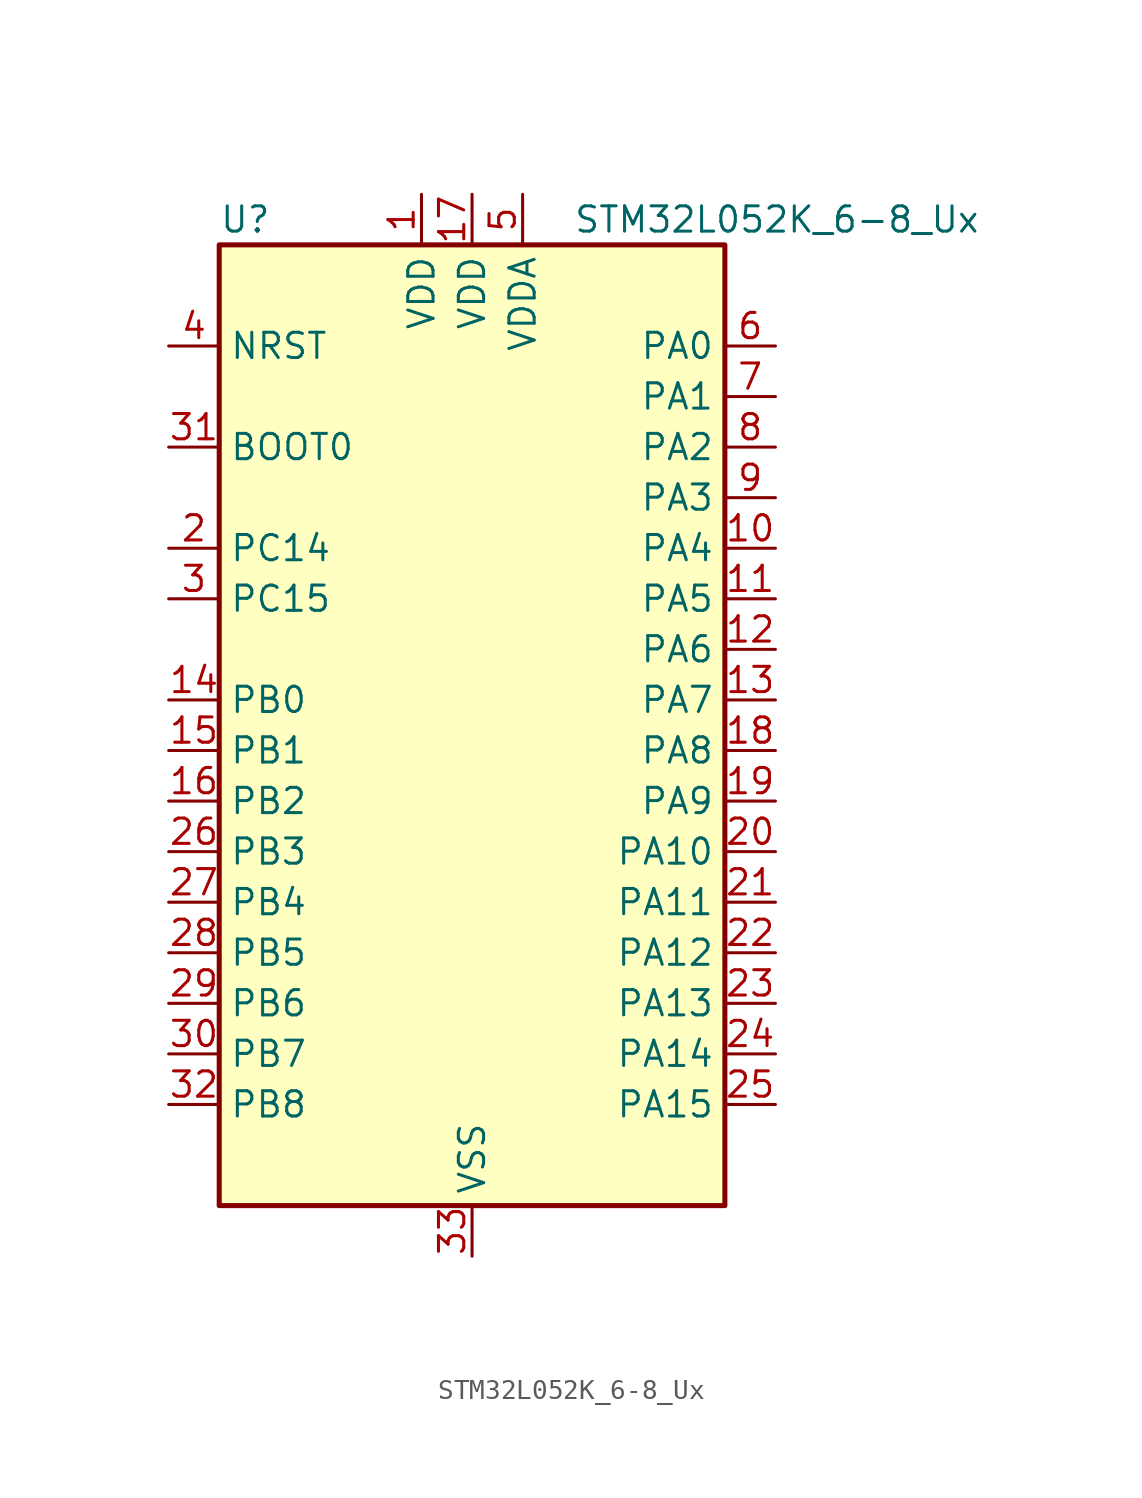
<source format=kicad_sym>
(kicad_symbol_lib
  (version 20241209)
  (generator "kicad_symbol_editor")
  (generator_version "9.0")
  (symbol "STM32L052K_6-8_Ux"
    (property "Reference" "U"
      (at -12.7 26.67 0)
      (effects (font (size 1.27 1.27)) (justify left)))
    (property "Value" "STM32L052K_6-8_Ux"
      (at 5.08 26.67 0)
      (effects (font (size 1.27 1.27)) (justify left)))
    (symbol "STM32L052K_6-8_Ux_0_1"
      (rectangle (start -12.7 -22.86) (end 12.7 25.4) (stroke (width 0.254) (type default)) (fill (type background))))
    (symbol "STM32L052K_6-8_Ux_1_1"
      (pin input line (at -15.24 20.32 0) (length 2.54) (name "NRST" (effects (font (size 1.27 1.27)))) (number "4" (effects (font (size 1.27 1.27)))))
      (pin input line (at -15.24 15.24 0) (length 2.54) (name "BOOT0" (effects (font (size 1.27 1.27)))) (number "31" (effects (font (size 1.27 1.27)))))
      (pin bidirectional line (at -15.24 10.16 0) (length 2.54) (name "PC14" (effects (font (size 1.27 1.27)))) (number "2" (effects (font (size 1.27 1.27)))) (alternate "RCC_OSC32_IN" bidirectional line))
      (pin bidirectional line (at -15.24 7.62 0) (length 2.54) (name "PC15" (effects (font (size 1.27 1.27)))) (number "3" (effects (font (size 1.27 1.27)))) (alternate "RCC_OSC32_OUT" bidirectional line))
      (pin bidirectional line (at -15.24 2.54 0) (length 2.54) (name "PB0" (effects (font (size 1.27 1.27)))) (number "14" (effects (font (size 1.27 1.27)))) (alternate "ADC_IN8" bidirectional line) (alternate "SYS_VREF_OUT_PB0" bidirectional line) (alternate "TSC_G3_IO2" bidirectional line))
      (pin bidirectional line (at -15.24 0 0) (length 2.54) (name "PB1" (effects (font (size 1.27 1.27)))) (number "15" (effects (font (size 1.27 1.27)))) (alternate "ADC_IN9" bidirectional line) (alternate "SYS_VREF_OUT_PB1" bidirectional line) (alternate "TSC_G3_IO3" bidirectional line))
      (pin bidirectional line (at -15.24 -2.54 0) (length 2.54) (name "PB2" (effects (font (size 1.27 1.27)))) (number "16" (effects (font (size 1.27 1.27)))) (alternate "LPTIM1_OUT" bidirectional line) (alternate "TSC_G3_IO4" bidirectional line))
      (pin bidirectional line (at -15.24 -5.08 0) (length 2.54) (name "PB3" (effects (font (size 1.27 1.27)))) (number "26" (effects (font (size 1.27 1.27)))) (alternate "COMP2_INM" bidirectional line) (alternate "SPI1_SCK" bidirectional line) (alternate "TIM2_CH2" bidirectional line) (alternate "TSC_G5_IO1" bidirectional line))
      (pin bidirectional line (at -15.24 -7.62 0) (length 2.54) (name "PB4" (effects (font (size 1.27 1.27)))) (number "27" (effects (font (size 1.27 1.27)))) (alternate "COMP2_INP" bidirectional line) (alternate "SPI1_MISO" bidirectional line) (alternate "TIM22_CH1" bidirectional line) (alternate "TSC_G5_IO2" bidirectional line))
      (pin bidirectional line (at -15.24 -10.16 0) (length 2.54) (name "PB5" (effects (font (size 1.27 1.27)))) (number "28" (effects (font (size 1.27 1.27)))) (alternate "COMP2_INP" bidirectional line) (alternate "I2C1_SMBA" bidirectional line) (alternate "LPTIM1_IN1" bidirectional line) (alternate "SPI1_MOSI" bidirectional line) (alternate "TIM22_CH2" bidirectional line))
      (pin bidirectional line (at -15.24 -12.7 0) (length 2.54) (name "PB6" (effects (font (size 1.27 1.27)))) (number "29" (effects (font (size 1.27 1.27)))) (alternate "COMP2_INP" bidirectional line) (alternate "I2C1_SCL" bidirectional line) (alternate "LPTIM1_ETR" bidirectional line) (alternate "TSC_G5_IO3" bidirectional line) (alternate "USART1_TX" bidirectional line))
      (pin bidirectional line (at -15.24 -15.24 0) (length 2.54) (name "PB7" (effects (font (size 1.27 1.27)))) (number "30" (effects (font (size 1.27 1.27)))) (alternate "COMP2_INP" bidirectional line) (alternate "I2C1_SDA" bidirectional line) (alternate "LPTIM1_IN2" bidirectional line) (alternate "SYS_PVD_IN" bidirectional line) (alternate "TSC_G5_IO4" bidirectional line) (alternate "USART1_RX" bidirectional line))
      (pin bidirectional line (at -15.24 -17.78 0) (length 2.54) (name "PB8" (effects (font (size 1.27 1.27)))) (number "32" (effects (font (size 1.27 1.27)))) (alternate "I2C1_SCL" bidirectional line) (alternate "TSC_SYNC" bidirectional line))
      (pin power_in line (at -2.54 27.94 270) (length 2.54) (name "VDD" (effects (font (size 1.27 1.27)))) (number "1" (effects (font (size 1.27 1.27)))))
      (pin power_in line (at 0 27.94 270) (length 2.54) (name "VDD" (effects (font (size 1.27 1.27)))) (number "17" (effects (font (size 1.27 1.27)))))
      (pin power_in line (at 0 -25.4 90) (length 2.54) (name "VSS" (effects (font (size 1.27 1.27)))) (number "33" (effects (font (size 1.27 1.27)))))
      (pin power_in line (at 2.54 27.94 270) (length 2.54) (name "VDDA" (effects (font (size 1.27 1.27)))) (number "5" (effects (font (size 1.27 1.27)))))
      (pin bidirectional line (at 15.24 20.32 180) (length 2.54) (name "PA0" (effects (font (size 1.27 1.27)))) (number "6" (effects (font (size 1.27 1.27)))) (alternate "ADC_IN0" bidirectional line) (alternate "COMP1_INM" bidirectional line) (alternate "COMP1_OUT" bidirectional line) (alternate "RTC_TAMP2" bidirectional line) (alternate "SYS_WKUP1" bidirectional line) (alternate "TIM2_CH1" bidirectional line) (alternate "TIM2_ETR" bidirectional line) (alternate "TSC_G1_IO1" bidirectional line) (alternate "USART2_CTS" bidirectional line))
      (pin bidirectional line (at 15.24 17.78 180) (length 2.54) (name "PA1" (effects (font (size 1.27 1.27)))) (number "7" (effects (font (size 1.27 1.27)))) (alternate "ADC_IN1" bidirectional line) (alternate "COMP1_INP" bidirectional line) (alternate "TIM21_ETR" bidirectional line) (alternate "TIM2_CH2" bidirectional line) (alternate "TSC_G1_IO2" bidirectional line) (alternate "USART2_DE" bidirectional line) (alternate "USART2_RTS" bidirectional line))
      (pin bidirectional line (at 15.24 15.24 180) (length 2.54) (name "PA2" (effects (font (size 1.27 1.27)))) (number "8" (effects (font (size 1.27 1.27)))) (alternate "ADC_IN2" bidirectional line) (alternate "COMP2_INM" bidirectional line) (alternate "COMP2_OUT" bidirectional line) (alternate "TIM21_CH1" bidirectional line) (alternate "TIM2_CH3" bidirectional line) (alternate "TSC_G1_IO3" bidirectional line) (alternate "USART2_TX" bidirectional line))
      (pin bidirectional line (at 15.24 12.7 180) (length 2.54) (name "PA3" (effects (font (size 1.27 1.27)))) (number "9" (effects (font (size 1.27 1.27)))) (alternate "ADC_IN3" bidirectional line) (alternate "COMP2_INP" bidirectional line) (alternate "TIM21_CH2" bidirectional line) (alternate "TIM2_CH4" bidirectional line) (alternate "TSC_G1_IO4" bidirectional line) (alternate "USART2_RX" bidirectional line))
      (pin bidirectional line (at 15.24 10.16 180) (length 2.54) (name "PA4" (effects (font (size 1.27 1.27)))) (number "10" (effects (font (size 1.27 1.27)))) (alternate "ADC_IN4" bidirectional line) (alternate "COMP1_INM" bidirectional line) (alternate "COMP2_INM" bidirectional line) (alternate "DAC_OUT1" bidirectional line) (alternate "SPI1_NSS" bidirectional line) (alternate "TIM22_ETR" bidirectional line) (alternate "TSC_G2_IO1" bidirectional line) (alternate "USART2_CK" bidirectional line))
      (pin bidirectional line (at 15.24 7.62 180) (length 2.54) (name "PA5" (effects (font (size 1.27 1.27)))) (number "11" (effects (font (size 1.27 1.27)))) (alternate "ADC_IN5" bidirectional line) (alternate "COMP1_INM" bidirectional line) (alternate "COMP2_INM" bidirectional line) (alternate "SPI1_SCK" bidirectional line) (alternate "TIM2_CH1" bidirectional line) (alternate "TIM2_ETR" bidirectional line) (alternate "TSC_G2_IO2" bidirectional line))
      (pin bidirectional line (at 15.24 5.08 180) (length 2.54) (name "PA6" (effects (font (size 1.27 1.27)))) (number "12" (effects (font (size 1.27 1.27)))) (alternate "ADC_IN6" bidirectional line) (alternate "COMP1_OUT" bidirectional line) (alternate "SPI1_MISO" bidirectional line) (alternate "TIM22_CH1" bidirectional line) (alternate "TSC_G2_IO3" bidirectional line))
      (pin bidirectional line (at 15.24 2.54 180) (length 2.54) (name "PA7" (effects (font (size 1.27 1.27)))) (number "13" (effects (font (size 1.27 1.27)))) (alternate "ADC_IN7" bidirectional line) (alternate "COMP2_OUT" bidirectional line) (alternate "SPI1_MOSI" bidirectional line) (alternate "TIM22_CH2" bidirectional line) (alternate "TSC_G2_IO4" bidirectional line))
      (pin bidirectional line (at 15.24 0 180) (length 2.54) (name "PA8" (effects (font (size 1.27 1.27)))) (number "18" (effects (font (size 1.27 1.27)))) (alternate "CRS_SYNC" bidirectional line) (alternate "RCC_MCO" bidirectional line) (alternate "USART1_CK" bidirectional line))
      (pin bidirectional line (at 15.24 -2.54 180) (length 2.54) (name "PA9" (effects (font (size 1.27 1.27)))) (number "19" (effects (font (size 1.27 1.27)))) (alternate "DAC_EXTI9" bidirectional line) (alternate "RCC_MCO" bidirectional line) (alternate "TSC_G4_IO1" bidirectional line) (alternate "USART1_TX" bidirectional line))
      (pin bidirectional line (at 15.24 -5.08 180) (length 2.54) (name "PA10" (effects (font (size 1.27 1.27)))) (number "20" (effects (font (size 1.27 1.27)))) (alternate "TSC_G4_IO2" bidirectional line) (alternate "USART1_RX" bidirectional line))
      (pin bidirectional line (at 15.24 -7.62 180) (length 2.54) (name "PA11" (effects (font (size 1.27 1.27)))) (number "21" (effects (font (size 1.27 1.27)))) (alternate "ADC_EXTI11" bidirectional line) (alternate "COMP1_OUT" bidirectional line) (alternate "SPI1_MISO" bidirectional line) (alternate "TSC_G4_IO3" bidirectional line) (alternate "USART1_CTS" bidirectional line) (alternate "USB_DM" bidirectional line))
      (pin bidirectional line (at 15.24 -10.16 180) (length 2.54) (name "PA12" (effects (font (size 1.27 1.27)))) (number "22" (effects (font (size 1.27 1.27)))) (alternate "COMP2_OUT" bidirectional line) (alternate "SPI1_MOSI" bidirectional line) (alternate "TSC_G4_IO4" bidirectional line) (alternate "USART1_DE" bidirectional line) (alternate "USART1_RTS" bidirectional line) (alternate "USB_DP" bidirectional line))
      (pin bidirectional line (at 15.24 -12.7 180) (length 2.54) (name "PA13" (effects (font (size 1.27 1.27)))) (number "23" (effects (font (size 1.27 1.27)))) (alternate "SYS_SWDIO" bidirectional line) (alternate "USB_NOE" bidirectional line))
      (pin bidirectional line (at 15.24 -15.24 180) (length 2.54) (name "PA14" (effects (font (size 1.27 1.27)))) (number "24" (effects (font (size 1.27 1.27)))) (alternate "SYS_SWCLK" bidirectional line) (alternate "USART2_TX" bidirectional line))
      (pin bidirectional line (at 15.24 -17.78 180) (length 2.54) (name "PA15" (effects (font (size 1.27 1.27)))) (number "25" (effects (font (size 1.27 1.27)))) (alternate "SPI1_NSS" bidirectional line) (alternate "TIM2_CH1" bidirectional line) (alternate "TIM2_ETR" bidirectional line) (alternate "USART2_RX" bidirectional line)))))
</source>
